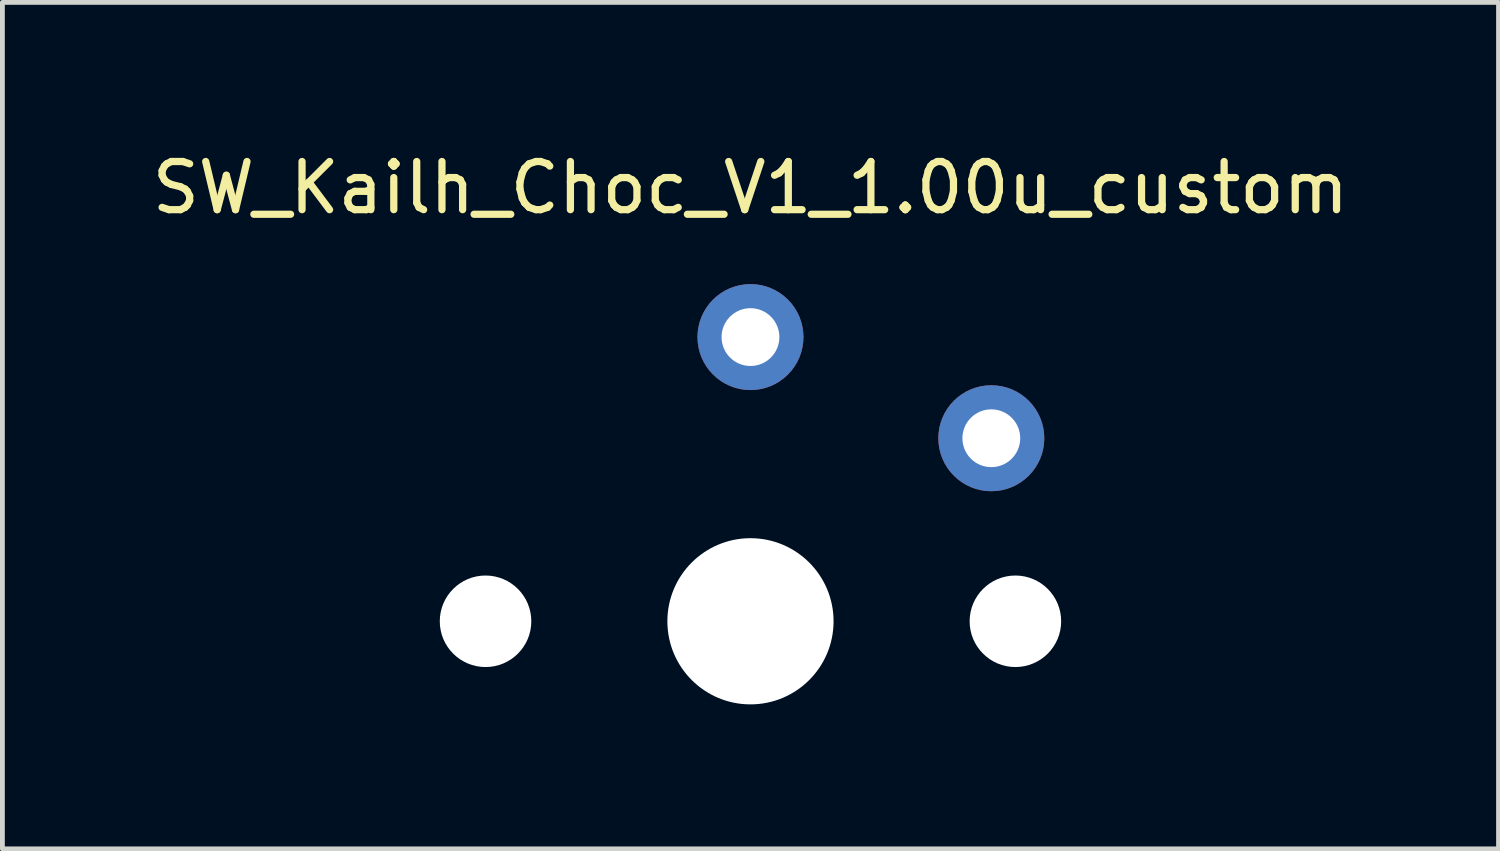
<source format=kicad_pcb>
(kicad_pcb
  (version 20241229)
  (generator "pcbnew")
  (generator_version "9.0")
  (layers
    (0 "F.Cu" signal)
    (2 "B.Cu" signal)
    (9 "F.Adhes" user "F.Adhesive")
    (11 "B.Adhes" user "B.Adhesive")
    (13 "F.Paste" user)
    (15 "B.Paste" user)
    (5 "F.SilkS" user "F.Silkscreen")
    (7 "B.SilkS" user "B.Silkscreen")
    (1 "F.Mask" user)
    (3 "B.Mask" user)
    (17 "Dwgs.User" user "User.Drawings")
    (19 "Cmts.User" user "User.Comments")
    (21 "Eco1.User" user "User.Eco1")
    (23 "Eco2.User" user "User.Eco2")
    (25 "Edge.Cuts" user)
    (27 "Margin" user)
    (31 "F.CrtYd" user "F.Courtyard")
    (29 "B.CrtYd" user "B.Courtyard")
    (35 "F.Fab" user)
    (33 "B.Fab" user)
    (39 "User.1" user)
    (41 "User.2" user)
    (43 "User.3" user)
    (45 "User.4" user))
  (footprint "SW_Kailh_Choc_V1_1.00u_custom"
    (layer "F.Cu")
    (at 12.53 9.848)
    (property "Reference" "SW_Kailh_Choc_V1_1.00u_custom" (at 0 -9 0) (layer "F.SilkS") (effects (font (size 1 1) (thickness 0.15))))
    (attr through_hole)
    (pad "" np_thru_hole circle (at -5.5 0) (size 1.9 1.9) (drill 1.9) (layers "*.Cu" "*.Mask"))
    (pad "" np_thru_hole circle (at 0 0) (size 3.45 3.45) (drill 3.45) (layers "*.Cu" "*.Mask"))
    (pad "" np_thru_hole circle (at 5.5 0) (size 1.9 1.9) (drill 1.9) (layers "*.Cu" "*.Mask"))
    (pad "1" thru_hole circle (at 0 -5.9) (size 2.2 2.2) (drill 1.2) (layers "*.Cu" "*.Mask"))
    (pad "2" thru_hole circle (at 5 -3.8) (size 2.2 2.2) (drill 1.2) (layers "*.Cu" "*.Mask")))
  (gr_rect
    (start -3 -3)
    (end 28.06 14.573)
    (stroke (width 0.1) (type default))
    (fill no)
    (layer "Edge.Cuts")))
</source>
